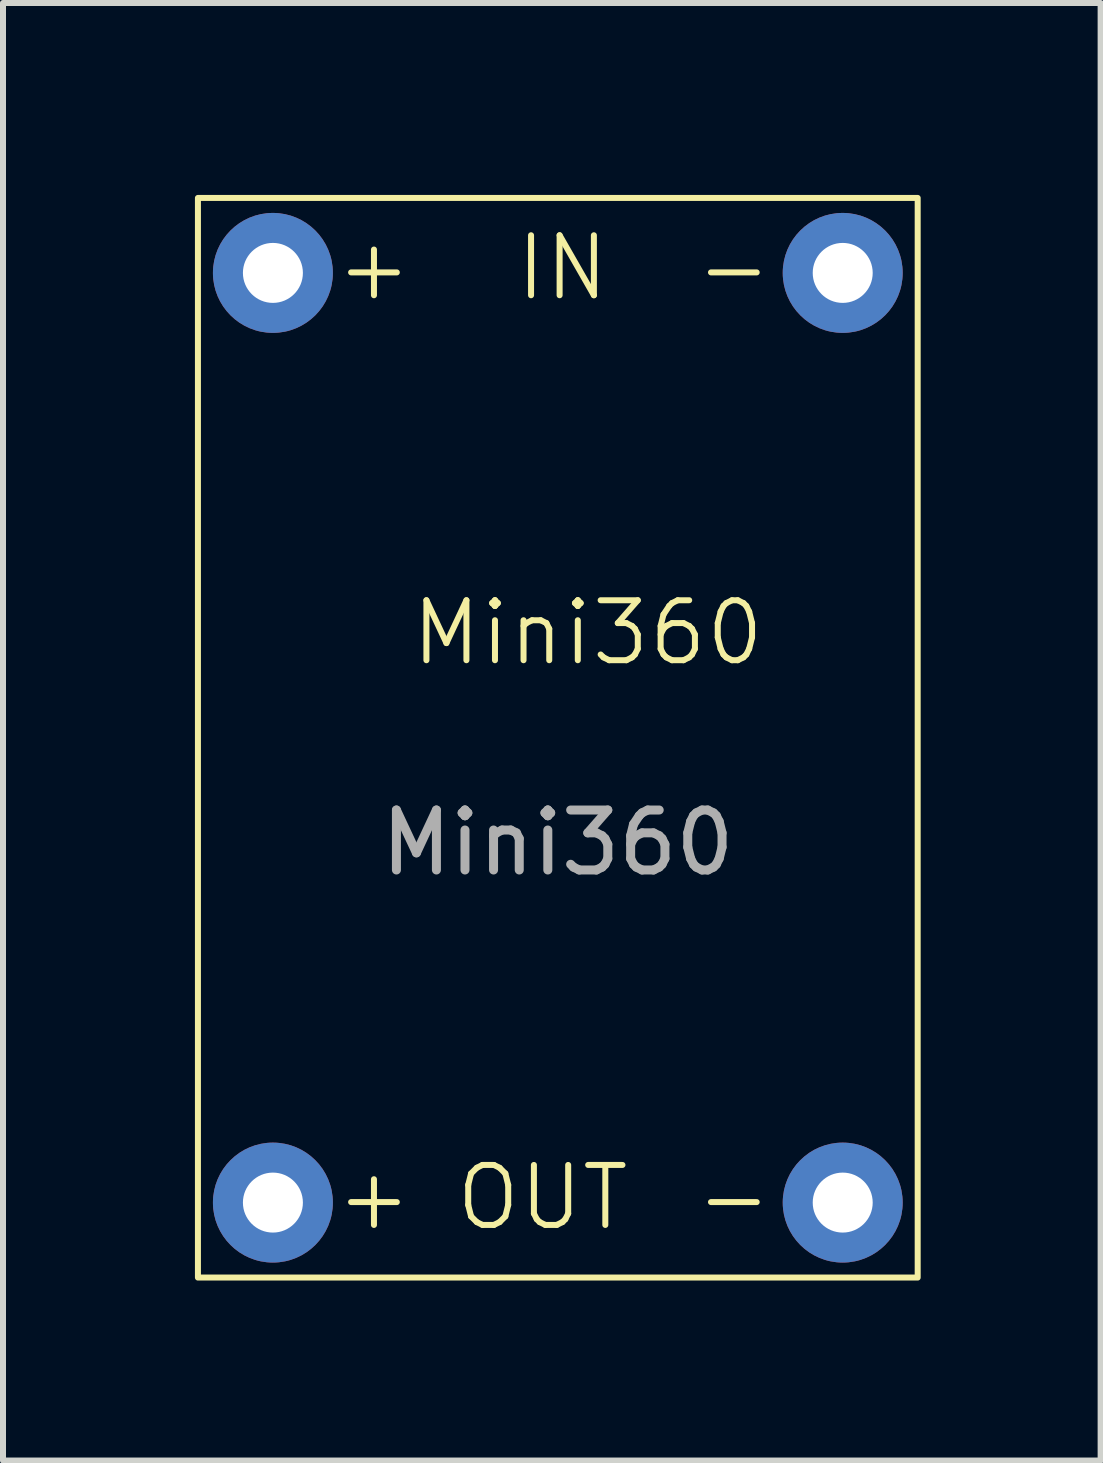
<source format=kicad_pcb>
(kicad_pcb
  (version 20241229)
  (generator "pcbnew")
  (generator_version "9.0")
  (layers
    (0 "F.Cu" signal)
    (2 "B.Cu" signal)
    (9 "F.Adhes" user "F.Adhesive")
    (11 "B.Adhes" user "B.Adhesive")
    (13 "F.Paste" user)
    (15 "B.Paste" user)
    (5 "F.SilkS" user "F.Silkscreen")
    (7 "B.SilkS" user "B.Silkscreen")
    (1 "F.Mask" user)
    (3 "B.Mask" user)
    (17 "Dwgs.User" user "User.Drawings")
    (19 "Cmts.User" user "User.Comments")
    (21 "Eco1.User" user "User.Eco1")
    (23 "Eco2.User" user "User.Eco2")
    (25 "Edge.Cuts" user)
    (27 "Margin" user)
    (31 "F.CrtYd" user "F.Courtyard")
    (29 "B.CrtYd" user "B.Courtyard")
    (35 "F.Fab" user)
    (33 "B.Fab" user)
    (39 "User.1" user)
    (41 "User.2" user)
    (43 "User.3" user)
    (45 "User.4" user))
  (footprint "Mini360"
    (layer "F.Cu")
    (at 0.25 0.25)
    (property "Reference" "Mini360" (at 6.5 7.25 0) (unlocked yes) (layer "F.SilkS") (effects (font (size 1 1) (thickness 0.1))))
    (attr through_hole)
    (fp_rect (start 0 0) (end 12 18) (stroke (width 0.1) (type default)) (fill no) (layer "F.SilkS"))
    (fp_text user "IN" (at 5.25 1.75 0) (unlocked yes) (layer "F.SilkS") (effects (font (size 1 1) (thickness 0.1)) (justify left bottom)))
    (fp_text user "OUT" (at 4.25 17.25 0) (unlocked yes) (layer "F.SilkS") (effects (font (size 1 1) (thickness 0.1)) (justify left bottom)))
    (fp_text user "+" (at 2.25 17.25 0) (unlocked yes) (layer "F.SilkS") (effects (font (size 1 1) (thickness 0.1)) (justify left bottom)))
    (fp_text user "-" (at 8.25 17.25 0) (unlocked yes) (layer "F.SilkS") (effects (font (size 1 1) (thickness 0.1)) (justify left bottom)))
    (fp_text user "+" (at 2.25 1.75 0) (unlocked yes) (layer "F.SilkS") (effects (font (size 1 1) (thickness 0.1)) (justify left bottom)))
    (fp_text user "-" (at 8.25 1.75 0) (unlocked yes) (layer "F.SilkS") (effects (font (size 1 1) (thickness 0.1)) (justify left bottom)))
    (fp_text user "${REFERENCE}" (at 6 10.75 0) (unlocked yes) (layer "F.Fab") (effects (font (size 1 1) (thickness 0.15))))
    (pad "1" thru_hole circle (at 1.25 1.25) (size 2 2) (drill 1) (layers "*.Cu" "*.Mask"))
    (pad "2" thru_hole circle (at 10.75 1.25) (size 2 2) (drill 1) (layers "*.Cu" "*.Mask"))
    (pad "3" thru_hole circle (at 1.25 16.75) (size 2 2) (drill 1) (layers "*.Cu" "*.Mask"))
    (pad "4" thru_hole circle (at 10.75 16.75) (size 2 2) (drill 1) (layers "*.Cu" "*.Mask")))
  (gr_rect
    (start -3 -3)
    (end 15.3 21.3)
    (stroke (width 0.1) (type default))
    (fill no)
    (layer "Edge.Cuts")))
</source>
